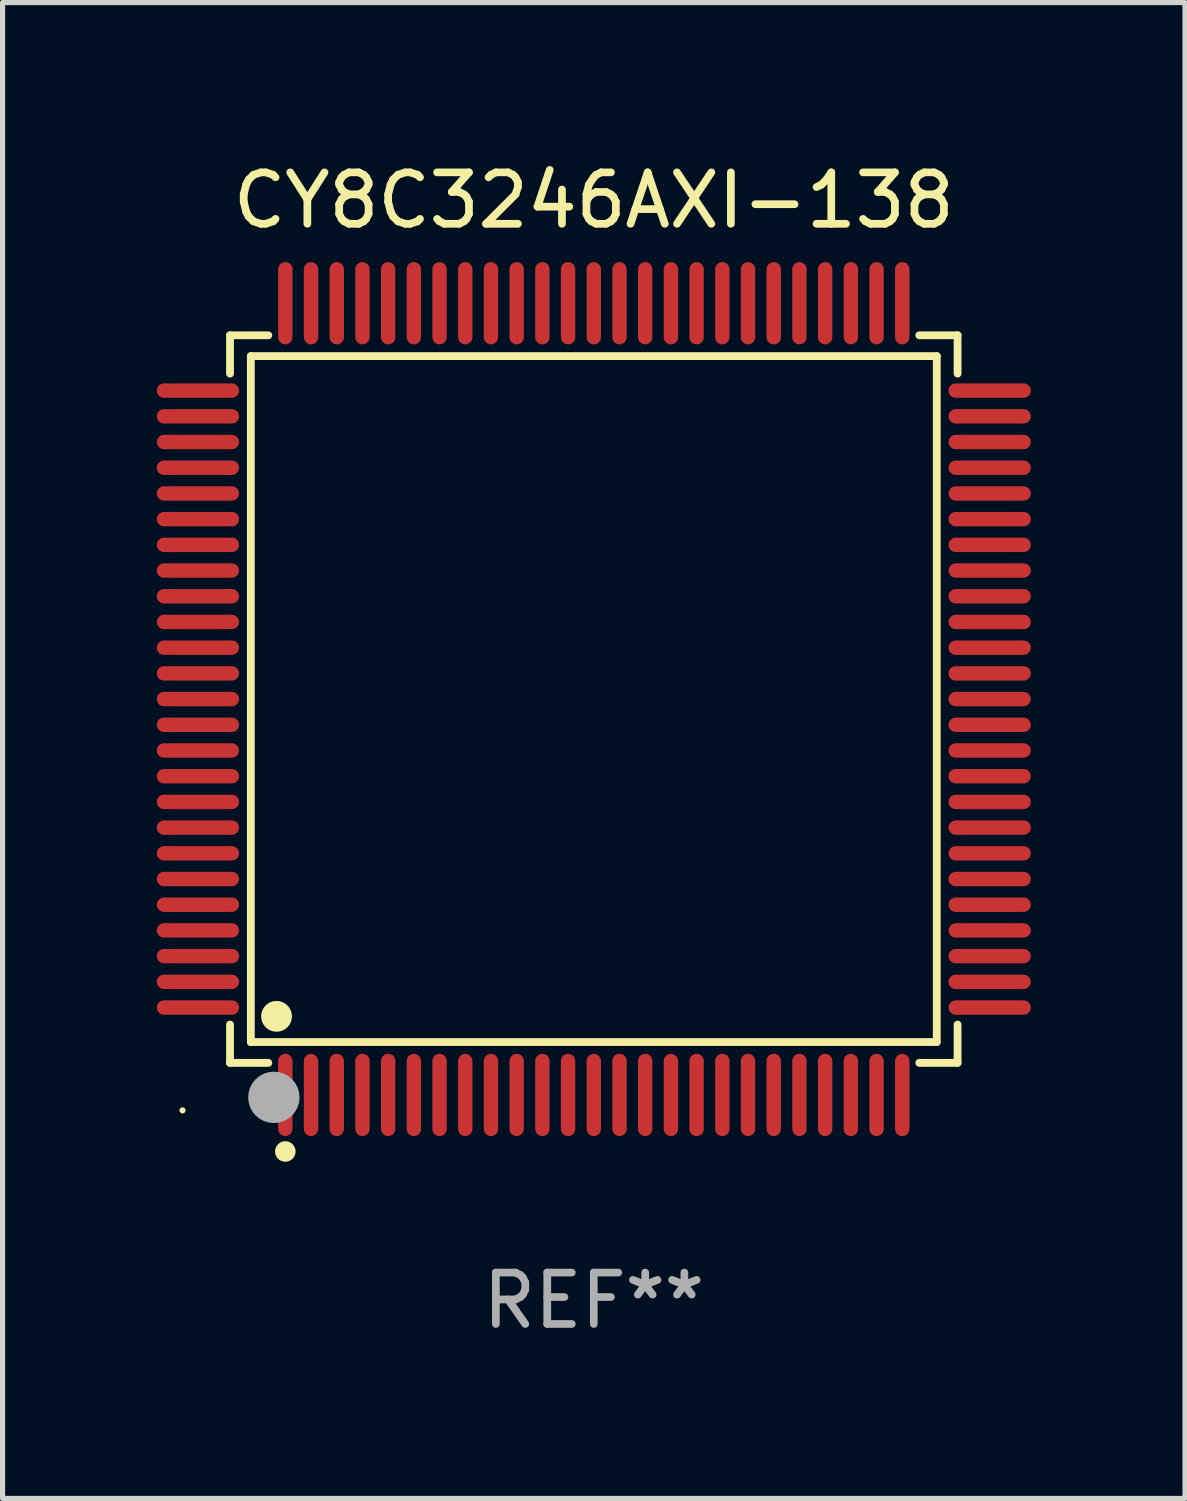
<source format=kicad_pcb>
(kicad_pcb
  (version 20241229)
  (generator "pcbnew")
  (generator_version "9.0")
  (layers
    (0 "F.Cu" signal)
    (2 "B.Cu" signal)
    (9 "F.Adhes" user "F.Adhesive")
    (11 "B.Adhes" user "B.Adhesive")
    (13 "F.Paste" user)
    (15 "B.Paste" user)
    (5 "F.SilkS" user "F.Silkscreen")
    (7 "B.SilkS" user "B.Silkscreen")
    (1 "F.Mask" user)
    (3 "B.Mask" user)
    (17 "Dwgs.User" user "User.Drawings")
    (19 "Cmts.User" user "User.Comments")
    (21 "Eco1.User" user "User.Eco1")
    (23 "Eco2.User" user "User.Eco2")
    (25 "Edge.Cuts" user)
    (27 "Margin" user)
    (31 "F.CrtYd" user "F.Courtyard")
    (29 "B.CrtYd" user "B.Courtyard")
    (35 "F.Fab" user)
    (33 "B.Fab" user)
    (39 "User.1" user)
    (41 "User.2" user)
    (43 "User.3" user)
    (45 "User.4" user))
  (footprint "CY8C3246AXI-138"
    (layer "F.Cu")
    (at 8.5 10.548)
    (property "Reference" "CY8C3246AXI-138" (at 0 -9.7 0) (layer "F.SilkS") (effects (font (size 1 1) (thickness 0.15))))
    (attr through_hole)
    (fp_line (start -7.076 -7.076) (end -6.331 -7.076) (stroke (width 0.152) (type solid)) (layer "F.SilkS"))
    (fp_line (start -7.076 -6.331) (end -7.076 -7.076) (stroke (width 0.152) (type solid)) (layer "F.SilkS"))
    (fp_line (start -7.076 6.331) (end -7.076 7.076) (stroke (width 0.152) (type solid)) (layer "F.SilkS"))
    (fp_line (start -7.076 7.076) (end -6.331 7.076) (stroke (width 0.152) (type solid)) (layer "F.SilkS"))
    (fp_line (start -6.671 -6.671) (end 6.671 -6.671) (stroke (width 0.152) (type solid)) (layer "F.SilkS"))
    (fp_line (start -6.671 6.671) (end -6.671 -6.671) (stroke (width 0.152) (type solid)) (layer "F.SilkS"))
    (fp_line (start 6.671 -6.671) (end 6.671 6.671) (stroke (width 0.152) (type solid)) (layer "F.SilkS"))
    (fp_line (start 6.671 6.671) (end -6.671 6.671) (stroke (width 0.152) (type solid)) (layer "F.SilkS"))
    (fp_line (start 7.076 -7.076) (end 6.331 -7.076) (stroke (width 0.152) (type solid)) (layer "F.SilkS"))
    (fp_line (start 7.076 -6.331) (end 7.076 -7.076) (stroke (width 0.152) (type solid)) (layer "F.SilkS"))
    (fp_line (start 7.076 6.331) (end 7.076 7.076) (stroke (width 0.152) (type solid)) (layer "F.SilkS"))
    (fp_line (start 7.076 7.076) (end 6.331 7.076) (stroke (width 0.152) (type solid)) (layer "F.SilkS"))
    (fp_circle (center -8 8) (end -7.97 8) (stroke (width 0.06) (type solid)) (fill no) (layer "F.SilkS"))
    (fp_circle (center -6.171 6.171) (end -6.021 6.171) (stroke (width 0.3) (type solid)) (fill no) (layer "F.SilkS"))
    (fp_circle (center -6 8.8) (end -5.9 8.8) (stroke (width 0.2) (type solid)) (fill no) (layer "F.SilkS"))
    (fp_circle (center -6.223 7.747) (end -5.973 7.747) (stroke (width 0.5) (type solid)) (fill no) (layer "F.Fab"))
    (fp_text user "REF**" (at 0 11.7 0) (layer "F.Fab") (effects (font (size 1 1) (thickness 0.15))))
    (pad "1" smd oval (at -6 7.7) (size 0.28 1.6) (layers "F.Cu" "F.Mask" "F.Paste"))
    (pad "2" smd oval (at -5.5 7.7) (size 0.28 1.6) (layers "F.Cu" "F.Mask" "F.Paste"))
    (pad "3" smd oval (at -5 7.7) (size 0.28 1.6) (layers "F.Cu" "F.Mask" "F.Paste"))
    (pad "4" smd oval (at -4.5 7.7) (size 0.28 1.6) (layers "F.Cu" "F.Mask" "F.Paste"))
    (pad "5" smd oval (at -4 7.7) (size 0.28 1.6) (layers "F.Cu" "F.Mask" "F.Paste"))
    (pad "6" smd oval (at -3.5 7.7) (size 0.28 1.6) (layers "F.Cu" "F.Mask" "F.Paste"))
    (pad "7" smd oval (at -3 7.7) (size 0.28 1.6) (layers "F.Cu" "F.Mask" "F.Paste"))
    (pad "8" smd oval (at -2.5 7.7) (size 0.28 1.6) (layers "F.Cu" "F.Mask" "F.Paste"))
    (pad "9" smd oval (at -2 7.7) (size 0.28 1.6) (layers "F.Cu" "F.Mask" "F.Paste"))
    (pad "10" smd oval (at -1.5 7.7) (size 0.28 1.6) (layers "F.Cu" "F.Mask" "F.Paste"))
    (pad "11" smd oval (at -1 7.7) (size 0.28 1.6) (layers "F.Cu" "F.Mask" "F.Paste"))
    (pad "12" smd oval (at -0.5 7.7) (size 0.28 1.6) (layers "F.Cu" "F.Mask" "F.Paste"))
    (pad "13" smd oval (at 0 7.7) (size 0.28 1.6) (layers "F.Cu" "F.Mask" "F.Paste"))
    (pad "14" smd oval (at 0.5 7.7) (size 0.28 1.6) (layers "F.Cu" "F.Mask" "F.Paste"))
    (pad "15" smd oval (at 1 7.7) (size 0.28 1.6) (layers "F.Cu" "F.Mask" "F.Paste"))
    (pad "16" smd oval (at 1.5 7.7) (size 0.28 1.6) (layers "F.Cu" "F.Mask" "F.Paste"))
    (pad "17" smd oval (at 2 7.7) (size 0.28 1.6) (layers "F.Cu" "F.Mask" "F.Paste"))
    (pad "18" smd oval (at 2.5 7.7) (size 0.28 1.6) (layers "F.Cu" "F.Mask" "F.Paste"))
    (pad "19" smd oval (at 3 7.7) (size 0.28 1.6) (layers "F.Cu" "F.Mask" "F.Paste"))
    (pad "20" smd oval (at 3.5 7.7) (size 0.28 1.6) (layers "F.Cu" "F.Mask" "F.Paste"))
    (pad "21" smd oval (at 4 7.7) (size 0.28 1.6) (layers "F.Cu" "F.Mask" "F.Paste"))
    (pad "22" smd oval (at 4.5 7.7) (size 0.28 1.6) (layers "F.Cu" "F.Mask" "F.Paste"))
    (pad "23" smd oval (at 5 7.7) (size 0.28 1.6) (layers "F.Cu" "F.Mask" "F.Paste"))
    (pad "24" smd oval (at 5.5 7.7) (size 0.28 1.6) (layers "F.Cu" "F.Mask" "F.Paste"))
    (pad "25" smd oval (at 6 7.7) (size 0.28 1.6) (layers "F.Cu" "F.Mask" "F.Paste"))
    (pad "26" smd oval (at 7.7 6) (size 1.6 0.28) (layers "F.Cu" "F.Mask" "F.Paste"))
    (pad "27" smd oval (at 7.7 5.5) (size 1.6 0.28) (layers "F.Cu" "F.Mask" "F.Paste"))
    (pad "28" smd oval (at 7.7 5) (size 1.6 0.28) (layers "F.Cu" "F.Mask" "F.Paste"))
    (pad "29" smd oval (at 7.7 4.5) (size 1.6 0.28) (layers "F.Cu" "F.Mask" "F.Paste"))
    (pad "30" smd oval (at 7.7 4) (size 1.6 0.28) (layers "F.Cu" "F.Mask" "F.Paste"))
    (pad "31" smd oval (at 7.7 3.5) (size 1.6 0.28) (layers "F.Cu" "F.Mask" "F.Paste"))
    (pad "32" smd oval (at 7.7 3) (size 1.6 0.28) (layers "F.Cu" "F.Mask" "F.Paste"))
    (pad "33" smd oval (at 7.7 2.5) (size 1.6 0.28) (layers "F.Cu" "F.Mask" "F.Paste"))
    (pad "34" smd oval (at 7.7 2) (size 1.6 0.28) (layers "F.Cu" "F.Mask" "F.Paste"))
    (pad "35" smd oval (at 7.7 1.5) (size 1.6 0.28) (layers "F.Cu" "F.Mask" "F.Paste"))
    (pad "36" smd oval (at 7.7 1) (size 1.6 0.28) (layers "F.Cu" "F.Mask" "F.Paste"))
    (pad "37" smd oval (at 7.7 0.5) (size 1.6 0.28) (layers "F.Cu" "F.Mask" "F.Paste"))
    (pad "38" smd oval (at 7.7 0) (size 1.6 0.28) (layers "F.Cu" "F.Mask" "F.Paste"))
    (pad "39" smd oval (at 7.7 -0.5) (size 1.6 0.28) (layers "F.Cu" "F.Mask" "F.Paste"))
    (pad "40" smd oval (at 7.7 -1) (size 1.6 0.28) (layers "F.Cu" "F.Mask" "F.Paste"))
    (pad "41" smd oval (at 7.7 -1.5) (size 1.6 0.28) (layers "F.Cu" "F.Mask" "F.Paste"))
    (pad "42" smd oval (at 7.7 -2) (size 1.6 0.28) (layers "F.Cu" "F.Mask" "F.Paste"))
    (pad "43" smd oval (at 7.7 -2.5) (size 1.6 0.28) (layers "F.Cu" "F.Mask" "F.Paste"))
    (pad "44" smd oval (at 7.7 -3) (size 1.6 0.28) (layers "F.Cu" "F.Mask" "F.Paste"))
    (pad "45" smd oval (at 7.7 -3.5) (size 1.6 0.28) (layers "F.Cu" "F.Mask" "F.Paste"))
    (pad "46" smd oval (at 7.7 -4) (size 1.6 0.28) (layers "F.Cu" "F.Mask" "F.Paste"))
    (pad "47" smd oval (at 7.7 -4.5) (size 1.6 0.28) (layers "F.Cu" "F.Mask" "F.Paste"))
    (pad "48" smd oval (at 7.7 -5) (size 1.6 0.28) (layers "F.Cu" "F.Mask" "F.Paste"))
    (pad "49" smd oval (at 7.7 -5.5) (size 1.6 0.28) (layers "F.Cu" "F.Mask" "F.Paste"))
    (pad "50" smd oval (at 7.7 -6) (size 1.6 0.28) (layers "F.Cu" "F.Mask" "F.Paste"))
    (pad "51" smd oval (at 6 -7.7) (size 0.28 1.6) (layers "F.Cu" "F.Mask" "F.Paste"))
    (pad "52" smd oval (at 5.5 -7.7) (size 0.28 1.6) (layers "F.Cu" "F.Mask" "F.Paste"))
    (pad "53" smd oval (at 5 -7.7) (size 0.28 1.6) (layers "F.Cu" "F.Mask" "F.Paste"))
    (pad "54" smd oval (at 4.5 -7.7) (size 0.28 1.6) (layers "F.Cu" "F.Mask" "F.Paste"))
    (pad "55" smd oval (at 4 -7.7) (size 0.28 1.6) (layers "F.Cu" "F.Mask" "F.Paste"))
    (pad "56" smd oval (at 3.5 -7.7) (size 0.28 1.6) (layers "F.Cu" "F.Mask" "F.Paste"))
    (pad "57" smd oval (at 3 -7.7) (size 0.28 1.6) (layers "F.Cu" "F.Mask" "F.Paste"))
    (pad "58" smd oval (at 2.5 -7.7) (size 0.28 1.6) (layers "F.Cu" "F.Mask" "F.Paste"))
    (pad "59" smd oval (at 2 -7.7) (size 0.28 1.6) (layers "F.Cu" "F.Mask" "F.Paste"))
    (pad "60" smd oval (at 1.5 -7.7) (size 0.28 1.6) (layers "F.Cu" "F.Mask" "F.Paste"))
    (pad "61" smd oval (at 1 -7.7) (size 0.28 1.6) (layers "F.Cu" "F.Mask" "F.Paste"))
    (pad "62" smd oval (at 0.5 -7.7) (size 0.28 1.6) (layers "F.Cu" "F.Mask" "F.Paste"))
    (pad "63" smd oval (at 0 -7.7) (size 0.28 1.6) (layers "F.Cu" "F.Mask" "F.Paste"))
    (pad "64" smd oval (at -0.5 -7.7) (size 0.28 1.6) (layers "F.Cu" "F.Mask" "F.Paste"))
    (pad "65" smd oval (at -1 -7.7) (size 0.28 1.6) (layers "F.Cu" "F.Mask" "F.Paste"))
    (pad "66" smd oval (at -1.5 -7.7) (size 0.28 1.6) (layers "F.Cu" "F.Mask" "F.Paste"))
    (pad "67" smd oval (at -2 -7.7) (size 0.28 1.6) (layers "F.Cu" "F.Mask" "F.Paste"))
    (pad "68" smd oval (at -2.5 -7.7) (size 0.28 1.6) (layers "F.Cu" "F.Mask" "F.Paste"))
    (pad "69" smd oval (at -3 -7.7) (size 0.28 1.6) (layers "F.Cu" "F.Mask" "F.Paste"))
    (pad "70" smd oval (at -3.5 -7.7) (size 0.28 1.6) (layers "F.Cu" "F.Mask" "F.Paste"))
    (pad "71" smd oval (at -4 -7.7) (size 0.28 1.6) (layers "F.Cu" "F.Mask" "F.Paste"))
    (pad "72" smd oval (at -4.5 -7.7) (size 0.28 1.6) (layers "F.Cu" "F.Mask" "F.Paste"))
    (pad "73" smd oval (at -5 -7.7) (size 0.28 1.6) (layers "F.Cu" "F.Mask" "F.Paste"))
    (pad "74" smd oval (at -5.5 -7.7) (size 0.28 1.6) (layers "F.Cu" "F.Mask" "F.Paste"))
    (pad "75" smd oval (at -6 -7.7) (size 0.28 1.6) (layers "F.Cu" "F.Mask" "F.Paste"))
    (pad "76" smd oval (at -7.7 -6) (size 1.6 0.28) (layers "F.Cu" "F.Mask" "F.Paste"))
    (pad "77" smd oval (at -7.7 -5.5) (size 1.6 0.28) (layers "F.Cu" "F.Mask" "F.Paste"))
    (pad "78" smd oval (at -7.7 -5) (size 1.6 0.28) (layers "F.Cu" "F.Mask" "F.Paste"))
    (pad "79" smd oval (at -7.7 -4.5) (size 1.6 0.28) (layers "F.Cu" "F.Mask" "F.Paste"))
    (pad "80" smd oval (at -7.7 -4) (size 1.6 0.28) (layers "F.Cu" "F.Mask" "F.Paste"))
    (pad "81" smd oval (at -7.7 -3.5) (size 1.6 0.28) (layers "F.Cu" "F.Mask" "F.Paste"))
    (pad "82" smd oval (at -7.7 -3) (size 1.6 0.28) (layers "F.Cu" "F.Mask" "F.Paste"))
    (pad "83" smd oval (at -7.7 -2.5) (size 1.6 0.28) (layers "F.Cu" "F.Mask" "F.Paste"))
    (pad "84" smd oval (at -7.7 -2) (size 1.6 0.28) (layers "F.Cu" "F.Mask" "F.Paste"))
    (pad "85" smd oval (at -7.7 -1.5) (size 1.6 0.28) (layers "F.Cu" "F.Mask" "F.Paste"))
    (pad "86" smd oval (at -7.7 -1) (size 1.6 0.28) (layers "F.Cu" "F.Mask" "F.Paste"))
    (pad "87" smd oval (at -7.7 -0.5) (size 1.6 0.28) (layers "F.Cu" "F.Mask" "F.Paste"))
    (pad "88" smd oval (at -7.7 0) (size 1.6 0.28) (layers "F.Cu" "F.Mask" "F.Paste"))
    (pad "89" smd oval (at -7.7 0.5) (size 1.6 0.28) (layers "F.Cu" "F.Mask" "F.Paste"))
    (pad "90" smd oval (at -7.7 1) (size 1.6 0.28) (layers "F.Cu" "F.Mask" "F.Paste"))
    (pad "91" smd oval (at -7.7 1.5) (size 1.6 0.28) (layers "F.Cu" "F.Mask" "F.Paste"))
    (pad "92" smd oval (at -7.7 2) (size 1.6 0.28) (layers "F.Cu" "F.Mask" "F.Paste"))
    (pad "93" smd oval (at -7.7 2.5) (size 1.6 0.28) (layers "F.Cu" "F.Mask" "F.Paste"))
    (pad "94" smd oval (at -7.7 3) (size 1.6 0.28) (layers "F.Cu" "F.Mask" "F.Paste"))
    (pad "95" smd oval (at -7.7 3.5) (size 1.6 0.28) (layers "F.Cu" "F.Mask" "F.Paste"))
    (pad "96" smd oval (at -7.7 4) (size 1.6 0.28) (layers "F.Cu" "F.Mask" "F.Paste"))
    (pad "97" smd oval (at -7.7 4.5) (size 1.6 0.28) (layers "F.Cu" "F.Mask" "F.Paste"))
    (pad "98" smd oval (at -7.7 5) (size 1.6 0.28) (layers "F.Cu" "F.Mask" "F.Paste"))
    (pad "99" smd oval (at -7.7 5.5) (size 1.6 0.28) (layers "F.Cu" "F.Mask" "F.Paste"))
    (pad "100" smd oval (at -7.7 6) (size 1.6 0.28) (layers "F.Cu" "F.Mask" "F.Paste")))
  (gr_rect
    (start -3 -3)
    (end 20 26.097)
    (stroke (width 0.1) (type default))
    (fill no)
    (layer "Edge.Cuts")))
</source>
